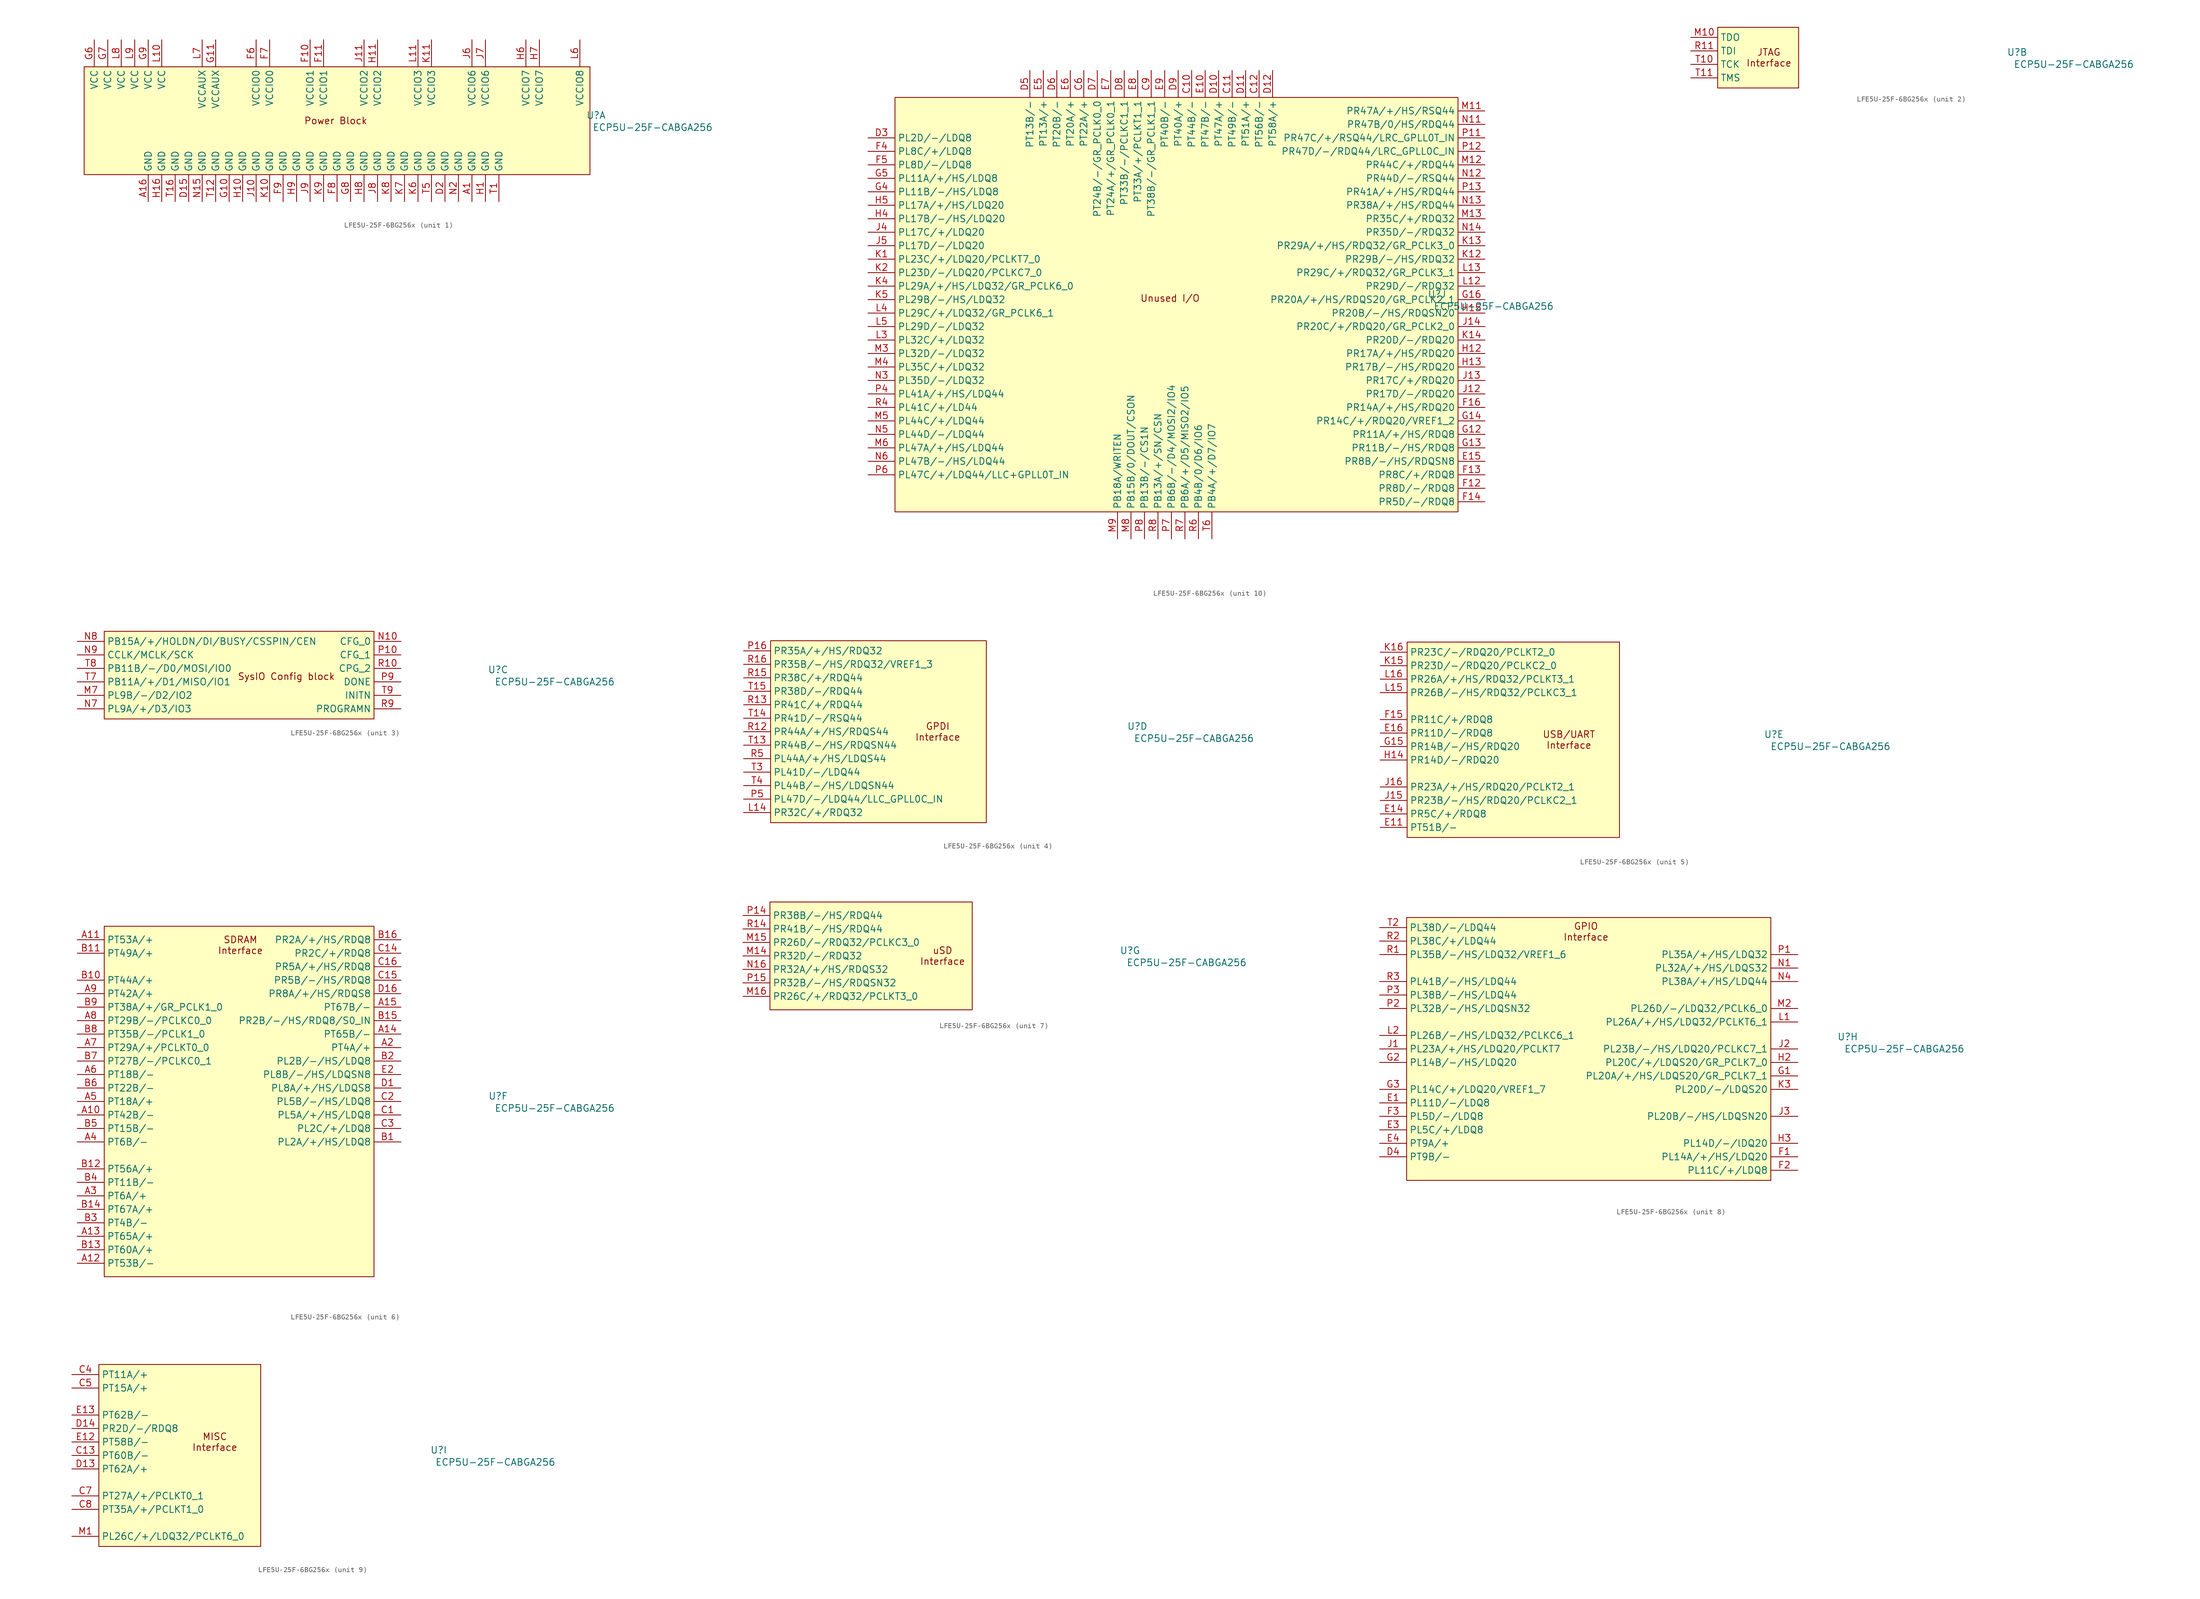
<source format=kicad_sym>
(kicad_symbol_lib
  (version 20241209)
  (generator "kicad_symbol_editor")
  (generator_version "9.0")
  (symbol "LFE5U-25F-6BG256x"
    (property "Reference" "U"
      (at 48.768 1.016 0)
      (effects (font (size 1.27 1.27))))
    (property "Value" "ECP5U-25F-CABGA256"
      (at 59.436 -1.27 0)
      (effects (font (size 1.27 1.27))))
    (property "ki_locked" ""
      (at 0 0 0)
      (effects (font (size 1.27 1.27))))
    (symbol "LFE5U-25F-6BG256x_1_1"
      (rectangle (start -47.625 10.16) (end 47.625 -10.16) (stroke (width 0) (type solid)) (fill (type background)))
      (text "Power Block" (at -0.254 0 0) (effects (font (size 1.27 1.27))))
      (pin power_in line (at -45.72 15.24 270) (length 5.08) (name "VCC" (effects (font (size 1.27 1.27)))) (number "G6" (effects (font (size 1.27 1.27)))))
      (pin power_in line (at -43.18 15.24 270) (length 5.08) (name "VCC" (effects (font (size 1.27 1.27)))) (number "G7" (effects (font (size 1.27 1.27)))))
      (pin power_in line (at -40.64 15.24 270) (length 5.08) (name "VCC" (effects (font (size 1.27 1.27)))) (number "L8" (effects (font (size 1.27 1.27)))))
      (pin power_in line (at -38.1 15.24 270) (length 5.08) (name "VCC" (effects (font (size 1.27 1.27)))) (number "L9" (effects (font (size 1.27 1.27)))))
      (pin power_in line (at -35.56 15.24 270) (length 5.08) (name "VCC" (effects (font (size 1.27 1.27)))) (number "G9" (effects (font (size 1.27 1.27)))))
      (pin power_in line (at -35.56 -15.24 90) (length 5.08) (name "GND" (effects (font (size 1.27 1.27)))) (number "A16" (effects (font (size 1.27 1.27)))))
      (pin power_in line (at -33.02 15.24 270) (length 5.08) (name "VCC" (effects (font (size 1.27 1.27)))) (number "L10" (effects (font (size 1.27 1.27)))))
      (pin power_in line (at -33.02 -15.24 90) (length 5.08) (name "GND" (effects (font (size 1.27 1.27)))) (number "H16" (effects (font (size 1.27 1.27)))))
      (pin power_in line (at -30.48 -15.24 90) (length 5.08) (name "GND" (effects (font (size 1.27 1.27)))) (number "T16" (effects (font (size 1.27 1.27)))))
      (pin power_in line (at -27.94 -15.24 90) (length 5.08) (name "GND" (effects (font (size 1.27 1.27)))) (number "D15" (effects (font (size 1.27 1.27)))))
      (pin power_in line (at -25.4 15.24 270) (length 5.08) (name "VCCAUX" (effects (font (size 1.27 1.27)))) (number "L7" (effects (font (size 1.27 1.27)))))
      (pin power_in line (at -25.4 -15.24 90) (length 5.08) (name "GND" (effects (font (size 1.27 1.27)))) (number "N15" (effects (font (size 1.27 1.27)))))
      (pin power_in line (at -22.86 15.24 270) (length 5.08) (name "VCCAUX" (effects (font (size 1.27 1.27)))) (number "G11" (effects (font (size 1.27 1.27)))))
      (pin power_in line (at -22.86 -15.24 90) (length 5.08) (name "GND" (effects (font (size 1.27 1.27)))) (number "T12" (effects (font (size 1.27 1.27)))))
      (pin power_in line (at -20.32 -15.24 90) (length 5.08) (name "GND" (effects (font (size 1.27 1.27)))) (number "G10" (effects (font (size 1.27 1.27)))))
      (pin power_in line (at -17.78 -15.24 90) (length 5.08) (name "GND" (effects (font (size 1.27 1.27)))) (number "H10" (effects (font (size 1.27 1.27)))))
      (pin power_in line (at -15.24 15.24 270) (length 5.08) (name "VCCIO0" (effects (font (size 1.27 1.27)))) (number "F6" (effects (font (size 1.27 1.27)))))
      (pin power_in line (at -15.24 -15.24 90) (length 5.08) (name "GND" (effects (font (size 1.27 1.27)))) (number "J10" (effects (font (size 1.27 1.27)))))
      (pin power_in line (at -12.7 15.24 270) (length 5.08) (name "VCCIO0" (effects (font (size 1.27 1.27)))) (number "F7" (effects (font (size 1.27 1.27)))))
      (pin power_in line (at -12.7 -15.24 90) (length 5.08) (name "GND" (effects (font (size 1.27 1.27)))) (number "K10" (effects (font (size 1.27 1.27)))))
      (pin power_in line (at -10.16 -15.24 90) (length 5.08) (name "GND" (effects (font (size 1.27 1.27)))) (number "F9" (effects (font (size 1.27 1.27)))))
      (pin power_in line (at -7.62 -15.24 90) (length 5.08) (name "GND" (effects (font (size 1.27 1.27)))) (number "H9" (effects (font (size 1.27 1.27)))))
      (pin power_in line (at -5.08 15.24 270) (length 5.08) (name "VCCIO1" (effects (font (size 1.27 1.27)))) (number "F10" (effects (font (size 1.27 1.27)))))
      (pin power_in line (at -5.08 -15.24 90) (length 5.08) (name "GND" (effects (font (size 1.27 1.27)))) (number "J9" (effects (font (size 1.27 1.27)))))
      (pin power_in line (at -2.54 15.24 270) (length 5.08) (name "VCCIO1" (effects (font (size 1.27 1.27)))) (number "F11" (effects (font (size 1.27 1.27)))))
      (pin power_in line (at -2.54 -15.24 90) (length 5.08) (name "GND" (effects (font (size 1.27 1.27)))) (number "K9" (effects (font (size 1.27 1.27)))))
      (pin power_in line (at 0 -15.24 90) (length 5.08) (name "GND" (effects (font (size 1.27 1.27)))) (number "F8" (effects (font (size 1.27 1.27)))))
      (pin power_in line (at 2.54 -15.24 90) (length 5.08) (name "GND" (effects (font (size 1.27 1.27)))) (number "G8" (effects (font (size 1.27 1.27)))))
      (pin power_in line (at 5.08 15.24 270) (length 5.08) (name "VCCIO2" (effects (font (size 1.27 1.27)))) (number "J11" (effects (font (size 1.27 1.27)))))
      (pin power_in line (at 5.08 -15.24 90) (length 5.08) (name "GND" (effects (font (size 1.27 1.27)))) (number "H8" (effects (font (size 1.27 1.27)))))
      (pin power_in line (at 7.62 15.24 270) (length 5.08) (name "VCCIO2" (effects (font (size 1.27 1.27)))) (number "H11" (effects (font (size 1.27 1.27)))))
      (pin power_in line (at 7.62 -15.24 90) (length 5.08) (name "GND" (effects (font (size 1.27 1.27)))) (number "J8" (effects (font (size 1.27 1.27)))))
      (pin power_in line (at 10.16 -15.24 90) (length 5.08) (name "GND" (effects (font (size 1.27 1.27)))) (number "K8" (effects (font (size 1.27 1.27)))))
      (pin power_in line (at 12.7 -15.24 90) (length 5.08) (name "GND" (effects (font (size 1.27 1.27)))) (number "K7" (effects (font (size 1.27 1.27)))))
      (pin power_in line (at 15.24 15.24 270) (length 5.08) (name "VCCIO3" (effects (font (size 1.27 1.27)))) (number "L11" (effects (font (size 1.27 1.27)))))
      (pin power_in line (at 15.24 -15.24 90) (length 5.08) (name "GND" (effects (font (size 1.27 1.27)))) (number "K6" (effects (font (size 1.27 1.27)))))
      (pin power_in line (at 17.78 15.24 270) (length 5.08) (name "VCCIO3" (effects (font (size 1.27 1.27)))) (number "K11" (effects (font (size 1.27 1.27)))))
      (pin power_in line (at 17.78 -15.24 90) (length 5.08) (name "GND" (effects (font (size 1.27 1.27)))) (number "T5" (effects (font (size 1.27 1.27)))))
      (pin power_in line (at 20.32 -15.24 90) (length 5.08) (name "GND" (effects (font (size 1.27 1.27)))) (number "D2" (effects (font (size 1.27 1.27)))))
      (pin power_in line (at 22.86 -15.24 90) (length 5.08) (name "GND" (effects (font (size 1.27 1.27)))) (number "N2" (effects (font (size 1.27 1.27)))))
      (pin power_in line (at 25.4 15.24 270) (length 5.08) (name "VCCIO6" (effects (font (size 1.27 1.27)))) (number "J6" (effects (font (size 1.27 1.27)))))
      (pin power_in line (at 25.4 -15.24 90) (length 5.08) (name "GND" (effects (font (size 1.27 1.27)))) (number "A1" (effects (font (size 1.27 1.27)))))
      (pin power_in line (at 27.94 15.24 270) (length 5.08) (name "VCCIO6" (effects (font (size 1.27 1.27)))) (number "J7" (effects (font (size 1.27 1.27)))))
      (pin power_in line (at 27.94 -15.24 90) (length 5.08) (name "GND" (effects (font (size 1.27 1.27)))) (number "H1" (effects (font (size 1.27 1.27)))))
      (pin power_in line (at 30.48 -15.24 90) (length 5.08) (name "GND" (effects (font (size 1.27 1.27)))) (number "T1" (effects (font (size 1.27 1.27)))))
      (pin power_in line (at 35.56 15.24 270) (length 5.08) (name "VCCIO7" (effects (font (size 1.27 1.27)))) (number "H6" (effects (font (size 1.27 1.27)))))
      (pin power_in line (at 38.1 15.24 270) (length 5.08) (name "VCCIO7" (effects (font (size 1.27 1.27)))) (number "H7" (effects (font (size 1.27 1.27)))))
      (pin power_in line (at 45.72 15.24 270) (length 5.08) (name "VCCIO8" (effects (font (size 1.27 1.27)))) (number "L6" (effects (font (size 1.27 1.27))))))
    (symbol "LFE5U-25F-6BG256x_2_1"
      (rectangle (start -7.62 5.715) (end 7.62 -5.715) (stroke (width 0) (type solid)) (fill (type background)))
      (text "JTAG\nInterface" (at 2.032 0 0) (effects (font (size 1.27 1.27))))
      (pin output line (at -12.7 3.81 0) (length 5.08) (name "TDO" (effects (font (size 1.27 1.27)))) (number "M10" (effects (font (size 1.27 1.27)))))
      (pin input line (at -12.7 1.27 0) (length 5.08) (name "TDI" (effects (font (size 1.27 1.27)))) (number "R11" (effects (font (size 1.27 1.27)))))
      (pin input line (at -12.7 -1.27 0) (length 5.08) (name "TCK" (effects (font (size 1.27 1.27)))) (number "T10" (effects (font (size 1.27 1.27)))))
      (pin input line (at -12.7 -3.81 0) (length 5.08) (name "TMS" (effects (font (size 1.27 1.27)))) (number "T11" (effects (font (size 1.27 1.27))))))
    (symbol "LFE5U-25F-6BG256x_3_1"
      (rectangle (start -25.4 8.255) (end 25.4 -8.255) (stroke (width 0) (type solid)) (fill (type background)))
      (text "SysIO Config block" (at 8.89 -0.254 0) (effects (font (size 1.27 1.27))))
      (pin bidirectional line (at -30.48 6.35 0) (length 5.08) (name "PB15A/+/HOLDN/DI/BUSY/CSSPIN/CEN" (effects (font (size 1.27 1.27)))) (number "N8" (effects (font (size 1.27 1.27)))))
      (pin bidirectional line (at -30.48 3.81 0) (length 5.08) (name "CCLK/MCLK/SCK" (effects (font (size 1.27 1.27)))) (number "N9" (effects (font (size 1.27 1.27)))))
      (pin bidirectional line (at -30.48 1.27 0) (length 5.08) (name "PB11B/-/D0/MOSI/IO0" (effects (font (size 1.27 1.27)))) (number "T8" (effects (font (size 1.27 1.27)))))
      (pin bidirectional line (at -30.48 -1.27 0) (length 5.08) (name "PB11A/+/D1/MISO/IO1" (effects (font (size 1.27 1.27)))) (number "T7" (effects (font (size 1.27 1.27)))))
      (pin bidirectional line (at -30.48 -3.81 0) (length 5.08) (name "PL9B/-/D2/IO2" (effects (font (size 1.27 1.27)))) (number "M7" (effects (font (size 1.27 1.27)))))
      (pin bidirectional line (at -30.48 -6.35 0) (length 5.08) (name "PL9A/+/D3/IO3" (effects (font (size 1.27 1.27)))) (number "N7" (effects (font (size 1.27 1.27)))))
      (pin input line (at 30.48 6.35 180) (length 5.08) (name "CFG_0" (effects (font (size 1.27 1.27)))) (number "N10" (effects (font (size 1.27 1.27)))))
      (pin input line (at 30.48 3.81 180) (length 5.08) (name "CFG_1" (effects (font (size 1.27 1.27)))) (number "P10" (effects (font (size 1.27 1.27)))))
      (pin input line (at 30.48 1.27 180) (length 5.08) (name "CPG_2" (effects (font (size 1.27 1.27)))) (number "R10" (effects (font (size 1.27 1.27)))))
      (pin output line (at 30.48 -1.27 180) (length 5.08) (name "DONE" (effects (font (size 1.27 1.27)))) (number "P9" (effects (font (size 1.27 1.27)))))
      (pin bidirectional line (at 30.48 -3.81 180) (length 5.08) (name "INITN" (effects (font (size 1.27 1.27)))) (number "T9" (effects (font (size 1.27 1.27)))))
      (pin bidirectional line (at 30.48 -6.35 180) (length 5.08) (name "PROGRAMN" (effects (font (size 1.27 1.27)))) (number "R9" (effects (font (size 1.27 1.27))))))
    (symbol "LFE5U-25F-6BG256x_4_1"
      (rectangle (start -20.32 17.145) (end 20.32 -17.145) (stroke (width 0) (type solid)) (fill (type background)))
      (text "GPDI\nInterface" (at 11.176 0 0) (effects (font (size 1.27 1.27))))
      (pin bidirectional line (at -25.4 15.24 0) (length 5.08) (name "PR35A/+/HS/RDQ32" (effects (font (size 1.27 1.27)))) (number "P16" (effects (font (size 1.27 1.27)))))
      (pin bidirectional line (at -25.4 12.7 0) (length 5.08) (name "PR35B/-/HS/RDQ32/VREF1_3" (effects (font (size 1.27 1.27)))) (number "R16" (effects (font (size 1.27 1.27)))))
      (pin bidirectional line (at -25.4 10.16 0) (length 5.08) (name "PR38C/+/RDQ44" (effects (font (size 1.27 1.27)))) (number "R15" (effects (font (size 1.27 1.27)))))
      (pin bidirectional line (at -25.4 7.62 0) (length 5.08) (name "PR38D/-/RDQ44" (effects (font (size 1.27 1.27)))) (number "T15" (effects (font (size 1.27 1.27)))))
      (pin bidirectional line (at -25.4 5.08 0) (length 5.08) (name "PR41C/+/RDQ44" (effects (font (size 1.27 1.27)))) (number "R13" (effects (font (size 1.27 1.27)))))
      (pin bidirectional line (at -25.4 2.54 0) (length 5.08) (name "PR41D/-/RSQ44" (effects (font (size 1.27 1.27)))) (number "T14" (effects (font (size 1.27 1.27)))))
      (pin bidirectional line (at -25.4 0 0) (length 5.08) (name "PR44A/+/HS/RDQS44" (effects (font (size 1.27 1.27)))) (number "R12" (effects (font (size 1.27 1.27)))))
      (pin bidirectional line (at -25.4 -2.54 0) (length 5.08) (name "PR44B/-/HS/RDQSN44" (effects (font (size 1.27 1.27)))) (number "T13" (effects (font (size 1.27 1.27)))))
      (pin bidirectional line (at -25.4 -5.08 0) (length 5.08) (name "PL44A/+/HS/LDQS44" (effects (font (size 1.27 1.27)))) (number "R5" (effects (font (size 1.27 1.27)))))
      (pin bidirectional line (at -25.4 -7.62 0) (length 5.08) (name "PL41D/-/LDQ44" (effects (font (size 1.27 1.27)))) (number "T3" (effects (font (size 1.27 1.27)))))
      (pin bidirectional line (at -25.4 -10.16 0) (length 5.08) (name "PL44B/-/HS/LDQSN44" (effects (font (size 1.27 1.27)))) (number "T4" (effects (font (size 1.27 1.27)))))
      (pin bidirectional line (at -25.4 -12.7 0) (length 5.08) (name "PL47D/-/LDQ44/LLC_GPLL0C_IN" (effects (font (size 1.27 1.27)))) (number "P5" (effects (font (size 1.27 1.27)))))
      (pin bidirectional line (at -25.4 -15.24 0) (length 5.08) (name "PR32C/+/RDQ32" (effects (font (size 1.27 1.27)))) (number "L14" (effects (font (size 1.27 1.27))))))
    (symbol "LFE5U-25F-6BG256x_5_1"
      (rectangle (start -20.32 18.415) (end 19.685 -18.415) (stroke (width 0) (type solid)) (fill (type background)))
      (text "USB/UART\nInterface" (at 10.16 0 0) (effects (font (size 1.27 1.27))))
      (pin bidirectional line (at -25.4 16.51 0) (length 5.08) (name "PR23C/-/RDQ20/PCLKT2_0" (effects (font (size 1.27 1.27)))) (number "K16" (effects (font (size 1.27 1.27)))))
      (pin bidirectional line (at -25.4 13.97 0) (length 5.08) (name "PR23D/-/RDQ20/PCLKC2_0" (effects (font (size 1.27 1.27)))) (number "K15" (effects (font (size 1.27 1.27)))))
      (pin bidirectional line (at -25.4 11.43 0) (length 5.08) (name "PR26A/+/HS/RDQ32/PCLKT3_1" (effects (font (size 1.27 1.27)))) (number "L16" (effects (font (size 1.27 1.27)))))
      (pin bidirectional line (at -25.4 8.89 0) (length 5.08) (name "PR26B/-/HS/RDQ32/PCLKC3_1" (effects (font (size 1.27 1.27)))) (number "L15" (effects (font (size 1.27 1.27)))))
      (pin bidirectional line (at -25.4 3.81 0) (length 5.08) (name "PR11C/+/RDQ8" (effects (font (size 1.27 1.27)))) (number "F15" (effects (font (size 1.27 1.27)))))
      (pin bidirectional line (at -25.4 1.27 0) (length 5.08) (name "PR11D/-/RDQ8" (effects (font (size 1.27 1.27)))) (number "E16" (effects (font (size 1.27 1.27)))))
      (pin bidirectional line (at -25.4 -1.27 0) (length 5.08) (name "PR14B/-/HS/RDQ20" (effects (font (size 1.27 1.27)))) (number "G15" (effects (font (size 1.27 1.27)))))
      (pin bidirectional line (at -25.4 -3.81 0) (length 5.08) (name "PR14D/-/RDQ20" (effects (font (size 1.27 1.27)))) (number "H14" (effects (font (size 1.27 1.27)))))
      (pin bidirectional line (at -25.4 -8.89 0) (length 5.08) (name "PR23A/+/HS/RDQ20/PCLKT2_1" (effects (font (size 1.27 1.27)))) (number "J16" (effects (font (size 1.27 1.27)))))
      (pin bidirectional line (at -25.4 -11.43 0) (length 5.08) (name "PR23B/-/HS/RDQ20/PCLKC2_1" (effects (font (size 1.27 1.27)))) (number "J15" (effects (font (size 1.27 1.27)))))
      (pin bidirectional line (at -25.4 -13.97 0) (length 5.08) (name "PR5C/+/RDQ8" (effects (font (size 1.27 1.27)))) (number "E14" (effects (font (size 1.27 1.27)))))
      (pin bidirectional line (at -25.4 -16.51 0) (length 5.08) (name "PT51B/-" (effects (font (size 1.27 1.27)))) (number "E11" (effects (font (size 1.27 1.27))))))
    (symbol "LFE5U-25F-6BG256x_6_1"
      (rectangle (start -25.4 33.02) (end 25.4 -33.02) (stroke (width 0) (type solid)) (fill (type background)))
      (text "SDRAM\nInterface" (at 0.254 29.464 0) (effects (font (size 1.27 1.27))))
      (pin bidirectional line (at -30.48 30.48 0) (length 5.08) (name "PT53A/+" (effects (font (size 1.27 1.27)))) (number "A11" (effects (font (size 1.27 1.27)))))
      (pin bidirectional line (at -30.48 27.94 0) (length 5.08) (name "PT49A/+" (effects (font (size 1.27 1.27)))) (number "B11" (effects (font (size 1.27 1.27)))))
      (pin bidirectional line (at -30.48 22.86 0) (length 5.08) (name "PT44A/+" (effects (font (size 1.27 1.27)))) (number "B10" (effects (font (size 1.27 1.27)))))
      (pin bidirectional line (at -30.48 20.32 0) (length 5.08) (name "PT42A/+" (effects (font (size 1.27 1.27)))) (number "A9" (effects (font (size 1.27 1.27)))))
      (pin bidirectional line (at -30.48 17.78 0) (length 5.08) (name "PT38A/+/GR_PCLK1_0" (effects (font (size 1.27 1.27)))) (number "B9" (effects (font (size 1.27 1.27)))))
      (pin bidirectional line (at -30.48 15.24 0) (length 5.08) (name "PT29B/-/PCLKC0_0" (effects (font (size 1.27 1.27)))) (number "A8" (effects (font (size 1.27 1.27)))))
      (pin bidirectional line (at -30.48 12.7 0) (length 5.08) (name "PT35B/-/PCLK1_0" (effects (font (size 1.27 1.27)))) (number "B8" (effects (font (size 1.27 1.27)))))
      (pin bidirectional line (at -30.48 10.16 0) (length 5.08) (name "PT29A/+/PCLKT0_0" (effects (font (size 1.27 1.27)))) (number "A7" (effects (font (size 1.27 1.27)))))
      (pin bidirectional line (at -30.48 7.62 0) (length 5.08) (name "PT27B/-/PCLKC0_1" (effects (font (size 1.27 1.27)))) (number "B7" (effects (font (size 1.27 1.27)))))
      (pin bidirectional line (at -30.48 5.08 0) (length 5.08) (name "PT18B/-" (effects (font (size 1.27 1.27)))) (number "A6" (effects (font (size 1.27 1.27)))))
      (pin bidirectional line (at -30.48 2.54 0) (length 5.08) (name "PT22B/-" (effects (font (size 1.27 1.27)))) (number "B6" (effects (font (size 1.27 1.27)))))
      (pin bidirectional line (at -30.48 0 0) (length 5.08) (name "PT18A/+" (effects (font (size 1.27 1.27)))) (number "A5" (effects (font (size 1.27 1.27)))))
      (pin bidirectional line (at -30.48 -2.54 0) (length 5.08) (name "PT42B/-" (effects (font (size 1.27 1.27)))) (number "A10" (effects (font (size 1.27 1.27)))))
      (pin bidirectional line (at -30.48 -5.08 0) (length 5.08) (name "PT15B/-" (effects (font (size 1.27 1.27)))) (number "B5" (effects (font (size 1.27 1.27)))))
      (pin bidirectional line (at -30.48 -7.62 0) (length 5.08) (name "PT6B/-" (effects (font (size 1.27 1.27)))) (number "A4" (effects (font (size 1.27 1.27)))))
      (pin bidirectional line (at -30.48 -12.7 0) (length 5.08) (name "PT56A/+" (effects (font (size 1.27 1.27)))) (number "B12" (effects (font (size 1.27 1.27)))))
      (pin bidirectional line (at -30.48 -15.24 0) (length 5.08) (name "PT11B/-" (effects (font (size 1.27 1.27)))) (number "B4" (effects (font (size 1.27 1.27)))))
      (pin bidirectional line (at -30.48 -17.78 0) (length 5.08) (name "PT6A/+" (effects (font (size 1.27 1.27)))) (number "A3" (effects (font (size 1.27 1.27)))))
      (pin bidirectional line (at -30.48 -20.32 0) (length 5.08) (name "PT67A/+" (effects (font (size 1.27 1.27)))) (number "B14" (effects (font (size 1.27 1.27)))))
      (pin bidirectional line (at -30.48 -22.86 0) (length 5.08) (name "PT4B/-" (effects (font (size 1.27 1.27)))) (number "B3" (effects (font (size 1.27 1.27)))))
      (pin bidirectional line (at -30.48 -25.4 0) (length 5.08) (name "PT65A/+" (effects (font (size 1.27 1.27)))) (number "A13" (effects (font (size 1.27 1.27)))))
      (pin bidirectional line (at -30.48 -27.94 0) (length 5.08) (name "PT60A/+" (effects (font (size 1.27 1.27)))) (number "B13" (effects (font (size 1.27 1.27)))))
      (pin bidirectional line (at -30.48 -30.48 0) (length 5.08) (name "PT53B/-" (effects (font (size 1.27 1.27)))) (number "A12" (effects (font (size 1.27 1.27)))))
      (pin bidirectional line (at 30.48 30.48 180) (length 5.08) (name "PR2A/+/HS/RDQ8" (effects (font (size 1.27 1.27)))) (number "B16" (effects (font (size 1.27 1.27)))))
      (pin bidirectional line (at 30.48 27.94 180) (length 5.08) (name "PR2C/+/RDQ8" (effects (font (size 1.27 1.27)))) (number "C14" (effects (font (size 1.27 1.27)))))
      (pin bidirectional line (at 30.48 25.4 180) (length 5.08) (name "PR5A/+/HS/RDQ8" (effects (font (size 1.27 1.27)))) (number "C16" (effects (font (size 1.27 1.27)))))
      (pin bidirectional line (at 30.48 22.86 180) (length 5.08) (name "PR5B/-/HS/RDQ8" (effects (font (size 1.27 1.27)))) (number "C15" (effects (font (size 1.27 1.27)))))
      (pin bidirectional line (at 30.48 20.32 180) (length 5.08) (name "PR8A/+/HS/RDQS8" (effects (font (size 1.27 1.27)))) (number "D16" (effects (font (size 1.27 1.27)))))
      (pin bidirectional line (at 30.48 17.78 180) (length 5.08) (name "PT67B/-" (effects (font (size 1.27 1.27)))) (number "A15" (effects (font (size 1.27 1.27)))))
      (pin bidirectional line (at 30.48 15.24 180) (length 5.08) (name "PR2B/-/HS/RDQ8/S0_IN" (effects (font (size 1.27 1.27)))) (number "B15" (effects (font (size 1.27 1.27)))))
      (pin bidirectional line (at 30.48 12.7 180) (length 5.08) (name "PT65B/-" (effects (font (size 1.27 1.27)))) (number "A14" (effects (font (size 1.27 1.27)))))
      (pin bidirectional line (at 30.48 10.16 180) (length 5.08) (name "PT4A/+" (effects (font (size 1.27 1.27)))) (number "A2" (effects (font (size 1.27 1.27)))))
      (pin bidirectional line (at 30.48 7.62 180) (length 5.08) (name "PL2B/-/HS/LDQ8" (effects (font (size 1.27 1.27)))) (number "B2" (effects (font (size 1.27 1.27)))))
      (pin bidirectional line (at 30.48 5.08 180) (length 5.08) (name "PL8B/-/HS/LDQSN8" (effects (font (size 1.27 1.27)))) (number "E2" (effects (font (size 1.27 1.27)))))
      (pin bidirectional line (at 30.48 2.54 180) (length 5.08) (name "PL8A/+/HS/LDQS8" (effects (font (size 1.27 1.27)))) (number "D1" (effects (font (size 1.27 1.27)))))
      (pin bidirectional line (at 30.48 0 180) (length 5.08) (name "PL5B/-/HS/LDQ8" (effects (font (size 1.27 1.27)))) (number "C2" (effects (font (size 1.27 1.27)))))
      (pin bidirectional line (at 30.48 -2.54 180) (length 5.08) (name "PL5A/+/HS/LDQ8" (effects (font (size 1.27 1.27)))) (number "C1" (effects (font (size 1.27 1.27)))))
      (pin bidirectional line (at 30.48 -5.08 180) (length 5.08) (name "PL2C/+/LDQ8" (effects (font (size 1.27 1.27)))) (number "C3" (effects (font (size 1.27 1.27)))))
      (pin bidirectional line (at 30.48 -7.62 180) (length 5.08) (name "PL2A/+/HS/LDQ8" (effects (font (size 1.27 1.27)))) (number "B1" (effects (font (size 1.27 1.27))))))
    (symbol "LFE5U-25F-6BG256x_7_1"
      (rectangle (start -19.05 10.16) (end 19.05 -10.16) (stroke (width 0) (type solid)) (fill (type background)))
      (text "uSD\nInterface" (at 13.462 0 0) (effects (font (size 1.27 1.27))))
      (pin bidirectional line (at -24.13 7.62 0) (length 5.08) (name "PR38B/-/HS/RDQ44" (effects (font (size 1.27 1.27)))) (number "P14" (effects (font (size 1.27 1.27)))))
      (pin bidirectional line (at -24.13 5.08 0) (length 5.08) (name "PR41B/-/HS/RDQ44" (effects (font (size 1.27 1.27)))) (number "R14" (effects (font (size 1.27 1.27)))))
      (pin bidirectional line (at -24.13 2.54 0) (length 5.08) (name "PR26D/-/RDQ32/PCLKC3_0" (effects (font (size 1.27 1.27)))) (number "M15" (effects (font (size 1.27 1.27)))))
      (pin bidirectional line (at -24.13 0 0) (length 5.08) (name "PR32D/-/RDQ32" (effects (font (size 1.27 1.27)))) (number "M14" (effects (font (size 1.27 1.27)))))
      (pin bidirectional line (at -24.13 -2.54 0) (length 5.08) (name "PR32A/+/HS/RDQS32" (effects (font (size 1.27 1.27)))) (number "N16" (effects (font (size 1.27 1.27)))))
      (pin bidirectional line (at -24.13 -5.08 0) (length 5.08) (name "PR32B/-/HS/RDQSN32" (effects (font (size 1.27 1.27)))) (number "P15" (effects (font (size 1.27 1.27)))))
      (pin bidirectional line (at -24.13 -7.62 0) (length 5.08) (name "PR26C/+/RDQ32/PCLKT3_0" (effects (font (size 1.27 1.27)))) (number "M16" (effects (font (size 1.27 1.27))))))
    (symbol "LFE5U-25F-6BG256x_8_1"
      (rectangle (start -34.29 23.495) (end 34.29 -26.035) (stroke (width 0) (type solid)) (fill (type background)))
      (text "GPIO\nInterface" (at -0.508 20.828 0) (effects (font (size 1.27 1.27))))
      (pin bidirectional line (at -39.37 21.59 0) (length 5.08) (name "PL38D/-/LDQ44" (effects (font (size 1.27 1.27)))) (number "T2" (effects (font (size 1.27 1.27)))))
      (pin bidirectional line (at -39.37 19.05 0) (length 5.08) (name "PL38C/+/LDQ44" (effects (font (size 1.27 1.27)))) (number "R2" (effects (font (size 1.27 1.27)))))
      (pin bidirectional line (at -39.37 16.51 0) (length 5.08) (name "PL35B/-/HS/LDQ32/VREF1_6" (effects (font (size 1.27 1.27)))) (number "R1" (effects (font (size 1.27 1.27)))))
      (pin bidirectional line (at -39.37 11.43 0) (length 5.08) (name "PL41B/-/HS/LDQ44" (effects (font (size 1.27 1.27)))) (number "R3" (effects (font (size 1.27 1.27)))))
      (pin bidirectional line (at -39.37 8.89 0) (length 5.08) (name "PL38B/-/HS/LDQ44" (effects (font (size 1.27 1.27)))) (number "P3" (effects (font (size 1.27 1.27)))))
      (pin bidirectional line (at -39.37 6.35 0) (length 5.08) (name "PL32B/-/HS/LDQSN32" (effects (font (size 1.27 1.27)))) (number "P2" (effects (font (size 1.27 1.27)))))
      (pin bidirectional line (at -39.37 1.27 0) (length 5.08) (name "PL26B/-/HS/LDQ32/PCLKC6_1" (effects (font (size 1.27 1.27)))) (number "L2" (effects (font (size 1.27 1.27)))))
      (pin bidirectional line (at -39.37 -1.27 0) (length 5.08) (name "PL23A/+/HS/LDQ20/PCLKT7" (effects (font (size 1.27 1.27)))) (number "J1" (effects (font (size 1.27 1.27)))))
      (pin bidirectional line (at -39.37 -3.81 0) (length 5.08) (name "PL14B/-/HS/LDQ20" (effects (font (size 1.27 1.27)))) (number "G2" (effects (font (size 1.27 1.27)))))
      (pin bidirectional line (at -39.37 -8.89 0) (length 5.08) (name "PL14C/+/LDQ20/VREF1_7" (effects (font (size 1.27 1.27)))) (number "G3" (effects (font (size 1.27 1.27)))))
      (pin bidirectional line (at -39.37 -11.43 0) (length 5.08) (name "PL11D/-/LDQ8" (effects (font (size 1.27 1.27)))) (number "E1" (effects (font (size 1.27 1.27)))))
      (pin bidirectional line (at -39.37 -13.97 0) (length 5.08) (name "PL5D/-/LDQ8" (effects (font (size 1.27 1.27)))) (number "F3" (effects (font (size 1.27 1.27)))))
      (pin bidirectional line (at -39.37 -16.51 0) (length 5.08) (name "PL5C/+/LDQ8" (effects (font (size 1.27 1.27)))) (number "E3" (effects (font (size 1.27 1.27)))))
      (pin bidirectional line (at -39.37 -19.05 0) (length 5.08) (name "PT9A/+" (effects (font (size 1.27 1.27)))) (number "E4" (effects (font (size 1.27 1.27)))))
      (pin bidirectional line (at -39.37 -21.59 0) (length 5.08) (name "PT9B/-" (effects (font (size 1.27 1.27)))) (number "D4" (effects (font (size 1.27 1.27)))))
      (pin bidirectional line (at 39.37 16.51 180) (length 5.08) (name "PL35A/+/HS/LDQ32" (effects (font (size 1.27 1.27)))) (number "P1" (effects (font (size 1.27 1.27)))))
      (pin bidirectional line (at 39.37 13.97 180) (length 5.08) (name "PL32A/+/HS/LDQS32" (effects (font (size 1.27 1.27)))) (number "N1" (effects (font (size 1.27 1.27)))))
      (pin bidirectional line (at 39.37 11.43 180) (length 5.08) (name "PL38A/+/HS/LDQ44" (effects (font (size 1.27 1.27)))) (number "N4" (effects (font (size 1.27 1.27)))))
      (pin bidirectional line (at 39.37 6.35 180) (length 5.08) (name "PL26D/-/LDQ32/PCLK6_0" (effects (font (size 1.27 1.27)))) (number "M2" (effects (font (size 1.27 1.27)))))
      (pin bidirectional line (at 39.37 3.81 180) (length 5.08) (name "PL26A/+/HS/LDQ32/PCLKT6_1" (effects (font (size 1.27 1.27)))) (number "L1" (effects (font (size 1.27 1.27)))))
      (pin bidirectional line (at 39.37 -1.27 180) (length 5.08) (name "PL23B/-/HS/LDQ20/PCLKC7_1" (effects (font (size 1.27 1.27)))) (number "J2" (effects (font (size 1.27 1.27)))))
      (pin bidirectional line (at 39.37 -3.81 180) (length 5.08) (name "PL20C/+/LDQS20/GR_PCLK7_0" (effects (font (size 1.27 1.27)))) (number "H2" (effects (font (size 1.27 1.27)))))
      (pin bidirectional line (at 39.37 -6.35 180) (length 5.08) (name "PL20A/+/HS/LDQS20/GR_PCLK7_1" (effects (font (size 1.27 1.27)))) (number "G1" (effects (font (size 1.27 1.27)))))
      (pin bidirectional line (at 39.37 -8.89 180) (length 5.08) (name "PL20D/-/LDQS20" (effects (font (size 1.27 1.27)))) (number "K3" (effects (font (size 1.27 1.27)))))
      (pin bidirectional line (at 39.37 -13.97 180) (length 5.08) (name "PL20B/-/HS/LDQSN20" (effects (font (size 1.27 1.27)))) (number "J3" (effects (font (size 1.27 1.27)))))
      (pin bidirectional line (at 39.37 -19.05 180) (length 5.08) (name "PL14D/-/lDQ20" (effects (font (size 1.27 1.27)))) (number "H3" (effects (font (size 1.27 1.27)))))
      (pin bidirectional line (at 39.37 -21.59 180) (length 5.08) (name "PL14A/+/HS/LDQ20" (effects (font (size 1.27 1.27)))) (number "F1" (effects (font (size 1.27 1.27)))))
      (pin bidirectional line (at 39.37 -24.13 180) (length 5.08) (name "PL11C/+/LDQ8" (effects (font (size 1.27 1.27)))) (number "F2" (effects (font (size 1.27 1.27))))))
    (symbol "LFE5U-25F-6BG256x_9_1"
      (rectangle (start -15.24 17.145) (end 15.24 -17.145) (stroke (width 0) (type solid)) (fill (type background)))
      (text "MISC\nInterface" (at 6.604 2.54 0) (effects (font (size 1.27 1.27))))
      (pin bidirectional line (at -20.32 15.24 0) (length 5.08) (name "PT11A/+" (effects (font (size 1.27 1.27)))) (number "C4" (effects (font (size 1.27 1.27)))))
      (pin bidirectional line (at -20.32 12.7 0) (length 5.08) (name "PT15A/+" (effects (font (size 1.27 1.27)))) (number "C5" (effects (font (size 1.27 1.27)))))
      (pin bidirectional line (at -20.32 7.62 0) (length 5.08) (name "PT62B/-" (effects (font (size 1.27 1.27)))) (number "E13" (effects (font (size 1.27 1.27)))))
      (pin bidirectional line (at -20.32 5.08 0) (length 5.08) (name "PR2D/-/RDQ8" (effects (font (size 1.27 1.27)))) (number "D14" (effects (font (size 1.27 1.27)))))
      (pin bidirectional line (at -20.32 2.54 0) (length 5.08) (name "PT58B/-" (effects (font (size 1.27 1.27)))) (number "E12" (effects (font (size 1.27 1.27)))))
      (pin bidirectional line (at -20.32 0 0) (length 5.08) (name "PT60B/-" (effects (font (size 1.27 1.27)))) (number "C13" (effects (font (size 1.27 1.27)))))
      (pin bidirectional line (at -20.32 -2.54 0) (length 5.08) (name "PT62A/+" (effects (font (size 1.27 1.27)))) (number "D13" (effects (font (size 1.27 1.27)))))
      (pin bidirectional line (at -20.32 -7.62 0) (length 5.08) (name "PT27A/+/PCLKT0_1" (effects (font (size 1.27 1.27)))) (number "C7" (effects (font (size 1.27 1.27)))))
      (pin bidirectional line (at -20.32 -10.16 0) (length 5.08) (name "PT35A/+/PCLKT1_0" (effects (font (size 1.27 1.27)))) (number "C8" (effects (font (size 1.27 1.27)))))
      (pin bidirectional line (at -20.32 -15.24 0) (length 5.08) (name "PL26C/+/LDQ32/PCLKT6_0" (effects (font (size 1.27 1.27)))) (number "M1" (effects (font (size 1.27 1.27))))))
    (symbol "LFE5U-25F-6BG256x_10_1"
      (rectangle (start -53.34 38.1) (end 52.705 -40.005) (stroke (width 0) (type solid)) (fill (type background)))
      (text "Unused I/O" (at -1.524 0.254 0) (effects (font (size 1.27 1.27))))
      (pin bidirectional line (at -58.42 30.48 0) (length 5.08) (name "PL2D/-/LDQ8" (effects (font (size 1.27 1.27)))) (number "D3" (effects (font (size 1.27 1.27)))))
      (pin bidirectional line (at -58.42 27.94 0) (length 5.08) (name "PL8C/+/LDQ8" (effects (font (size 1.27 1.27)))) (number "F4" (effects (font (size 1.27 1.27)))))
      (pin bidirectional line (at -58.42 25.4 0) (length 5.08) (name "PL8D/-/LDQ8" (effects (font (size 1.27 1.27)))) (number "F5" (effects (font (size 1.27 1.27)))))
      (pin bidirectional line (at -58.42 22.86 0) (length 5.08) (name "PL11A/+/HS/LDQ8" (effects (font (size 1.27 1.27)))) (number "G5" (effects (font (size 1.27 1.27)))))
      (pin bidirectional line (at -58.42 20.32 0) (length 5.08) (name "PL11B/-/HS/LDQ8" (effects (font (size 1.27 1.27)))) (number "G4" (effects (font (size 1.27 1.27)))))
      (pin bidirectional line (at -58.42 17.78 0) (length 5.08) (name "PL17A/+/HS/LDQ20" (effects (font (size 1.27 1.27)))) (number "H5" (effects (font (size 1.27 1.27)))))
      (pin bidirectional line (at -58.42 15.24 0) (length 5.08) (name "PL17B/-/HS/LDQ20" (effects (font (size 1.27 1.27)))) (number "H4" (effects (font (size 1.27 1.27)))))
      (pin bidirectional line (at -58.42 12.7 0) (length 5.08) (name "PL17C/+/LDQ20" (effects (font (size 1.27 1.27)))) (number "J4" (effects (font (size 1.27 1.27)))))
      (pin bidirectional line (at -58.42 10.16 0) (length 5.08) (name "PL17D/-/LDQ20" (effects (font (size 1.27 1.27)))) (number "J5" (effects (font (size 1.27 1.27)))))
      (pin bidirectional line (at -58.42 7.62 0) (length 5.08) (name "PL23C/+/LDQ20/PCLKT7_0" (effects (font (size 1.27 1.27)))) (number "K1" (effects (font (size 1.27 1.27)))))
      (pin bidirectional line (at -58.42 5.08 0) (length 5.08) (name "PL23D/-/LDQ20/PCLKC7_0" (effects (font (size 1.27 1.27)))) (number "K2" (effects (font (size 1.27 1.27)))))
      (pin bidirectional line (at -58.42 2.54 0) (length 5.08) (name "PL29A/+/HS/LDQ32/GR_PCLK6_0" (effects (font (size 1.27 1.27)))) (number "K4" (effects (font (size 1.27 1.27)))))
      (pin bidirectional line (at -58.42 0 0) (length 5.08) (name "PL29B/-/HS/LDQ32" (effects (font (size 1.27 1.27)))) (number "K5" (effects (font (size 1.27 1.27)))))
      (pin bidirectional line (at -58.42 -2.54 0) (length 5.08) (name "PL29C/+/LDQ32/GR_PCLK6_1" (effects (font (size 1.27 1.27)))) (number "L4" (effects (font (size 1.27 1.27)))))
      (pin bidirectional line (at -58.42 -5.08 0) (length 5.08) (name "PL29D/-/LDQ32" (effects (font (size 1.27 1.27)))) (number "L5" (effects (font (size 1.27 1.27)))))
      (pin bidirectional line (at -58.42 -7.62 0) (length 5.08) (name "PL32C/+/LDQ32" (effects (font (size 1.27 1.27)))) (number "L3" (effects (font (size 1.27 1.27)))))
      (pin bidirectional line (at -58.42 -10.16 0) (length 5.08) (name "PL32D/-/LDQ32" (effects (font (size 1.27 1.27)))) (number "M3" (effects (font (size 1.27 1.27)))))
      (pin bidirectional line (at -58.42 -12.7 0) (length 5.08) (name "PL35C/+/LDQ32" (effects (font (size 1.27 1.27)))) (number "M4" (effects (font (size 1.27 1.27)))))
      (pin bidirectional line (at -58.42 -15.24 0) (length 5.08) (name "PL35D/-/LDQ32" (effects (font (size 1.27 1.27)))) (number "N3" (effects (font (size 1.27 1.27)))))
      (pin bidirectional line (at -58.42 -17.78 0) (length 5.08) (name "PL41A/+/HS/LDQ44" (effects (font (size 1.27 1.27)))) (number "P4" (effects (font (size 1.27 1.27)))))
      (pin bidirectional line (at -58.42 -20.32 0) (length 5.08) (name "PL41C/+/LD44" (effects (font (size 1.27 1.27)))) (number "R4" (effects (font (size 1.27 1.27)))))
      (pin bidirectional line (at -58.42 -22.86 0) (length 5.08) (name "PL44C/+/LDQ44" (effects (font (size 1.27 1.27)))) (number "M5" (effects (font (size 1.27 1.27)))))
      (pin bidirectional line (at -58.42 -25.4 0) (length 5.08) (name "PL44D/-/LDQ44" (effects (font (size 1.27 1.27)))) (number "N5" (effects (font (size 1.27 1.27)))))
      (pin bidirectional line (at -58.42 -27.94 0) (length 5.08) (name "PL47A/+/HS/LDQ44" (effects (font (size 1.27 1.27)))) (number "M6" (effects (font (size 1.27 1.27)))))
      (pin bidirectional line (at -58.42 -30.48 0) (length 5.08) (name "PL47B/-/HS/LDQ44" (effects (font (size 1.27 1.27)))) (number "N6" (effects (font (size 1.27 1.27)))))
      (pin bidirectional line (at -58.42 -33.02 0) (length 5.08) (name "PL47C/+/LDQ44/LLC+GPLL0T_IN" (effects (font (size 1.27 1.27)))) (number "P6" (effects (font (size 1.27 1.27)))))
      (pin bidirectional line (at -27.94 43.18 270) (length 5.08) (name "PT13B/-" (effects (font (size 1.27 1.27)))) (number "D5" (effects (font (size 1.27 1.27)))))
      (pin bidirectional line (at -25.4 43.18 270) (length 5.08) (name "PT13A/+" (effects (font (size 1.27 1.27)))) (number "E5" (effects (font (size 1.27 1.27)))))
      (pin bidirectional line (at -22.86 43.18 270) (length 5.08) (name "PT20B/-" (effects (font (size 1.27 1.27)))) (number "D6" (effects (font (size 1.27 1.27)))))
      (pin bidirectional line (at -20.32 43.18 270) (length 5.08) (name "PT20A/+" (effects (font (size 1.27 1.27)))) (number "E6" (effects (font (size 1.27 1.27)))))
      (pin bidirectional line (at -17.78 43.18 270) (length 5.08) (name "PT22A/+" (effects (font (size 1.27 1.27)))) (number "C6" (effects (font (size 1.27 1.27)))))
      (pin bidirectional line (at -15.24 43.18 270) (length 5.08) (name "PT24B/-/GR_PCLK0_0" (effects (font (size 1.27 1.27)))) (number "D7" (effects (font (size 1.27 1.27)))))
      (pin bidirectional line (at -12.7 43.18 270) (length 5.08) (name "PT24A/+/GR_PCLK0_1" (effects (font (size 1.27 1.27)))) (number "E7" (effects (font (size 1.27 1.27)))))
      (pin bidirectional line (at -11.43 -45.085 90) (length 5.08) (name "PB18A/WRITEN" (effects (font (size 1.27 1.27)))) (number "M9" (effects (font (size 1.27 1.27)))))
      (pin bidirectional line (at -10.16 43.18 270) (length 5.08) (name "PT33B/-/PCLKC1_1" (effects (font (size 1.27 1.27)))) (number "D8" (effects (font (size 1.27 1.27)))))
      (pin bidirectional line (at -8.89 -45.085 90) (length 5.08) (name "PB15B/0/DOUT/CSON" (effects (font (size 1.27 1.27)))) (number "M8" (effects (font (size 1.27 1.27)))))
      (pin bidirectional line (at -7.62 43.18 270) (length 5.08) (name "PT33A/+/PCLKT1_1" (effects (font (size 1.27 1.27)))) (number "E8" (effects (font (size 1.27 1.27)))))
      (pin bidirectional line (at -6.35 -45.085 90) (length 5.08) (name "PB13B/-/CS1N" (effects (font (size 1.27 1.27)))) (number "P8" (effects (font (size 1.27 1.27)))))
      (pin bidirectional line (at -5.08 43.18 270) (length 5.08) (name "PT38B/-/GR_PCLK1_1" (effects (font (size 1.27 1.27)))) (number "C9" (effects (font (size 1.27 1.27)))))
      (pin bidirectional line (at -3.81 -45.085 90) (length 5.08) (name "PB13A/+/SN/CSN" (effects (font (size 1.27 1.27)))) (number "R8" (effects (font (size 1.27 1.27)))))
      (pin bidirectional line (at -2.54 43.18 270) (length 5.08) (name "PT40B/-" (effects (font (size 1.27 1.27)))) (number "E9" (effects (font (size 1.27 1.27)))))
      (pin bidirectional line (at -1.27 -45.085 90) (length 5.08) (name "PB6B/-/D4/MOSI2/IO4" (effects (font (size 1.27 1.27)))) (number "P7" (effects (font (size 1.27 1.27)))))
      (pin bidirectional line (at 0 43.18 270) (length 5.08) (name "PT40A/+" (effects (font (size 1.27 1.27)))) (number "D9" (effects (font (size 1.27 1.27)))))
      (pin bidirectional line (at 1.27 -45.085 90) (length 5.08) (name "PB6A/+/D5/MISO2/IO5" (effects (font (size 1.27 1.27)))) (number "R7" (effects (font (size 1.27 1.27)))))
      (pin bidirectional line (at 2.54 43.18 270) (length 5.08) (name "PT44B/-" (effects (font (size 1.27 1.27)))) (number "C10" (effects (font (size 1.27 1.27)))))
      (pin bidirectional line (at 3.81 -45.085 90) (length 5.08) (name "PB4B/0/D6/IO6" (effects (font (size 1.27 1.27)))) (number "R6" (effects (font (size 1.27 1.27)))))
      (pin bidirectional line (at 5.08 43.18 270) (length 5.08) (name "PT47B/-" (effects (font (size 1.27 1.27)))) (number "E10" (effects (font (size 1.27 1.27)))))
      (pin bidirectional line (at 6.35 -45.085 90) (length 5.08) (name "PB4A/+/D7/IO7" (effects (font (size 1.27 1.27)))) (number "T6" (effects (font (size 1.27 1.27)))))
      (pin bidirectional line (at 7.62 43.18 270) (length 5.08) (name "PT47A/+" (effects (font (size 1.27 1.27)))) (number "D10" (effects (font (size 1.27 1.27)))))
      (pin bidirectional line (at 10.16 43.18 270) (length 5.08) (name "PT49B/-" (effects (font (size 1.27 1.27)))) (number "C11" (effects (font (size 1.27 1.27)))))
      (pin bidirectional line (at 12.7 43.18 270) (length 5.08) (name "PT51A/+" (effects (font (size 1.27 1.27)))) (number "D11" (effects (font (size 1.27 1.27)))))
      (pin bidirectional line (at 15.24 43.18 270) (length 5.08) (name "PT56B/-" (effects (font (size 1.27 1.27)))) (number "C12" (effects (font (size 1.27 1.27)))))
      (pin bidirectional line (at 17.78 43.18 270) (length 5.08) (name "PT58A/+" (effects (font (size 1.27 1.27)))) (number "D12" (effects (font (size 1.27 1.27)))))
      (pin bidirectional line (at 57.785 35.56 180) (length 5.08) (name "PR47A/+/HS/RSQ44" (effects (font (size 1.27 1.27)))) (number "M11" (effects (font (size 1.27 1.27)))))
      (pin bidirectional line (at 57.785 33.02 180) (length 5.08) (name "PR47B/0/HS/RDQ44" (effects (font (size 1.27 1.27)))) (number "N11" (effects (font (size 1.27 1.27)))))
      (pin bidirectional line (at 57.785 30.48 180) (length 5.08) (name "PR47C/+/RSQ44/LRC_GPLL0T_IN" (effects (font (size 1.27 1.27)))) (number "P11" (effects (font (size 1.27 1.27)))))
      (pin bidirectional line (at 57.785 27.94 180) (length 5.08) (name "PR47D/-/RDQ44/LRC_GPLL0C_IN" (effects (font (size 1.27 1.27)))) (number "P12" (effects (font (size 1.27 1.27)))))
      (pin bidirectional line (at 57.785 25.4 180) (length 5.08) (name "PR44C/+/RDQ44" (effects (font (size 1.27 1.27)))) (number "M12" (effects (font (size 1.27 1.27)))))
      (pin bidirectional line (at 57.785 22.86 180) (length 5.08) (name "PR44D/-/RSQ44" (effects (font (size 1.27 1.27)))) (number "N12" (effects (font (size 1.27 1.27)))))
      (pin bidirectional line (at 57.785 20.32 180) (length 5.08) (name "PR41A/+/HS/RDQ44" (effects (font (size 1.27 1.27)))) (number "P13" (effects (font (size 1.27 1.27)))))
      (pin bidirectional line (at 57.785 17.78 180) (length 5.08) (name "PR38A/+/HS/RDQ44" (effects (font (size 1.27 1.27)))) (number "N13" (effects (font (size 1.27 1.27)))))
      (pin bidirectional line (at 57.785 15.24 180) (length 5.08) (name "PR35C/+/RDQ32" (effects (font (size 1.27 1.27)))) (number "M13" (effects (font (size 1.27 1.27)))))
      (pin bidirectional line (at 57.785 12.7 180) (length 5.08) (name "PR35D/-/RDQ32" (effects (font (size 1.27 1.27)))) (number "N14" (effects (font (size 1.27 1.27)))))
      (pin bidirectional line (at 57.785 10.16 180) (length 5.08) (name "PR29A/+/HS/RDQ32/GR_PCLK3_0" (effects (font (size 1.27 1.27)))) (number "K13" (effects (font (size 1.27 1.27)))))
      (pin bidirectional line (at 57.785 7.62 180) (length 5.08) (name "PR29B/-/HS/RDQ32" (effects (font (size 1.27 1.27)))) (number "K12" (effects (font (size 1.27 1.27)))))
      (pin bidirectional line (at 57.785 5.08 180) (length 5.08) (name "PR29C/+/RDQ32/GR_PCLK3_1" (effects (font (size 1.27 1.27)))) (number "L13" (effects (font (size 1.27 1.27)))))
      (pin bidirectional line (at 57.785 2.54 180) (length 5.08) (name "PR29D/-/RDQ32" (effects (font (size 1.27 1.27)))) (number "L12" (effects (font (size 1.27 1.27)))))
      (pin bidirectional line (at 57.785 0 180) (length 5.08) (name "PR20A/+/HS/RDQS20/GR_PCLK2_1" (effects (font (size 1.27 1.27)))) (number "G16" (effects (font (size 1.27 1.27)))))
      (pin bidirectional line (at 57.785 -2.54 180) (length 5.08) (name "PR20B/-/HS/RDQSN20" (effects (font (size 1.27 1.27)))) (number "H15" (effects (font (size 1.27 1.27)))))
      (pin bidirectional line (at 57.785 -5.08 180) (length 5.08) (name "PR20C/+/RDQ20/GR_PCLK2_0" (effects (font (size 1.27 1.27)))) (number "J14" (effects (font (size 1.27 1.27)))))
      (pin bidirectional line (at 57.785 -7.62 180) (length 5.08) (name "PR20D/-/RDQ20" (effects (font (size 1.27 1.27)))) (number "K14" (effects (font (size 1.27 1.27)))))
      (pin bidirectional line (at 57.785 -10.16 180) (length 5.08) (name "PR17A/+/HS/RDQ20" (effects (font (size 1.27 1.27)))) (number "H12" (effects (font (size 1.27 1.27)))))
      (pin bidirectional line (at 57.785 -12.7 180) (length 5.08) (name "PR17B/-/HS/RDQ20" (effects (font (size 1.27 1.27)))) (number "H13" (effects (font (size 1.27 1.27)))))
      (pin bidirectional line (at 57.785 -15.24 180) (length 5.08) (name "PR17C/+/RDQ20" (effects (font (size 1.27 1.27)))) (number "J13" (effects (font (size 1.27 1.27)))))
      (pin bidirectional line (at 57.785 -17.78 180) (length 5.08) (name "PR17D/-/RDQ20" (effects (font (size 1.27 1.27)))) (number "J12" (effects (font (size 1.27 1.27)))))
      (pin bidirectional line (at 57.785 -20.32 180) (length 5.08) (name "PR14A/+/HS/RDQ20" (effects (font (size 1.27 1.27)))) (number "F16" (effects (font (size 1.27 1.27)))))
      (pin bidirectional line (at 57.785 -22.86 180) (length 5.08) (name "PR14C/+/RDQ20/VREF1_2" (effects (font (size 1.27 1.27)))) (number "G14" (effects (font (size 1.27 1.27)))))
      (pin bidirectional line (at 57.785 -25.4 180) (length 5.08) (name "PR11A/+/HS/RDQ8" (effects (font (size 1.27 1.27)))) (number "G12" (effects (font (size 1.27 1.27)))))
      (pin bidirectional line (at 57.785 -27.94 180) (length 5.08) (name "PR11B/-/HS/RDQ8" (effects (font (size 1.27 1.27)))) (number "G13" (effects (font (size 1.27 1.27)))))
      (pin bidirectional line (at 57.785 -30.48 180) (length 5.08) (name "PR8B/-/HS/RDQSN8" (effects (font (size 1.27 1.27)))) (number "E15" (effects (font (size 1.27 1.27)))))
      (pin bidirectional line (at 57.785 -33.02 180) (length 5.08) (name "PR8C/+/RDQ8" (effects (font (size 1.27 1.27)))) (number "F13" (effects (font (size 1.27 1.27)))))
      (pin bidirectional line (at 57.785 -35.56 180) (length 5.08) (name "PR8D/-/RDQ8" (effects (font (size 1.27 1.27)))) (number "F12" (effects (font (size 1.27 1.27)))))
      (pin bidirectional line (at 57.785 -38.1 180) (length 5.08) (name "PR5D/-/RDQ8" (effects (font (size 1.27 1.27)))) (number "F14" (effects (font (size 1.27 1.27))))))))
</source>
